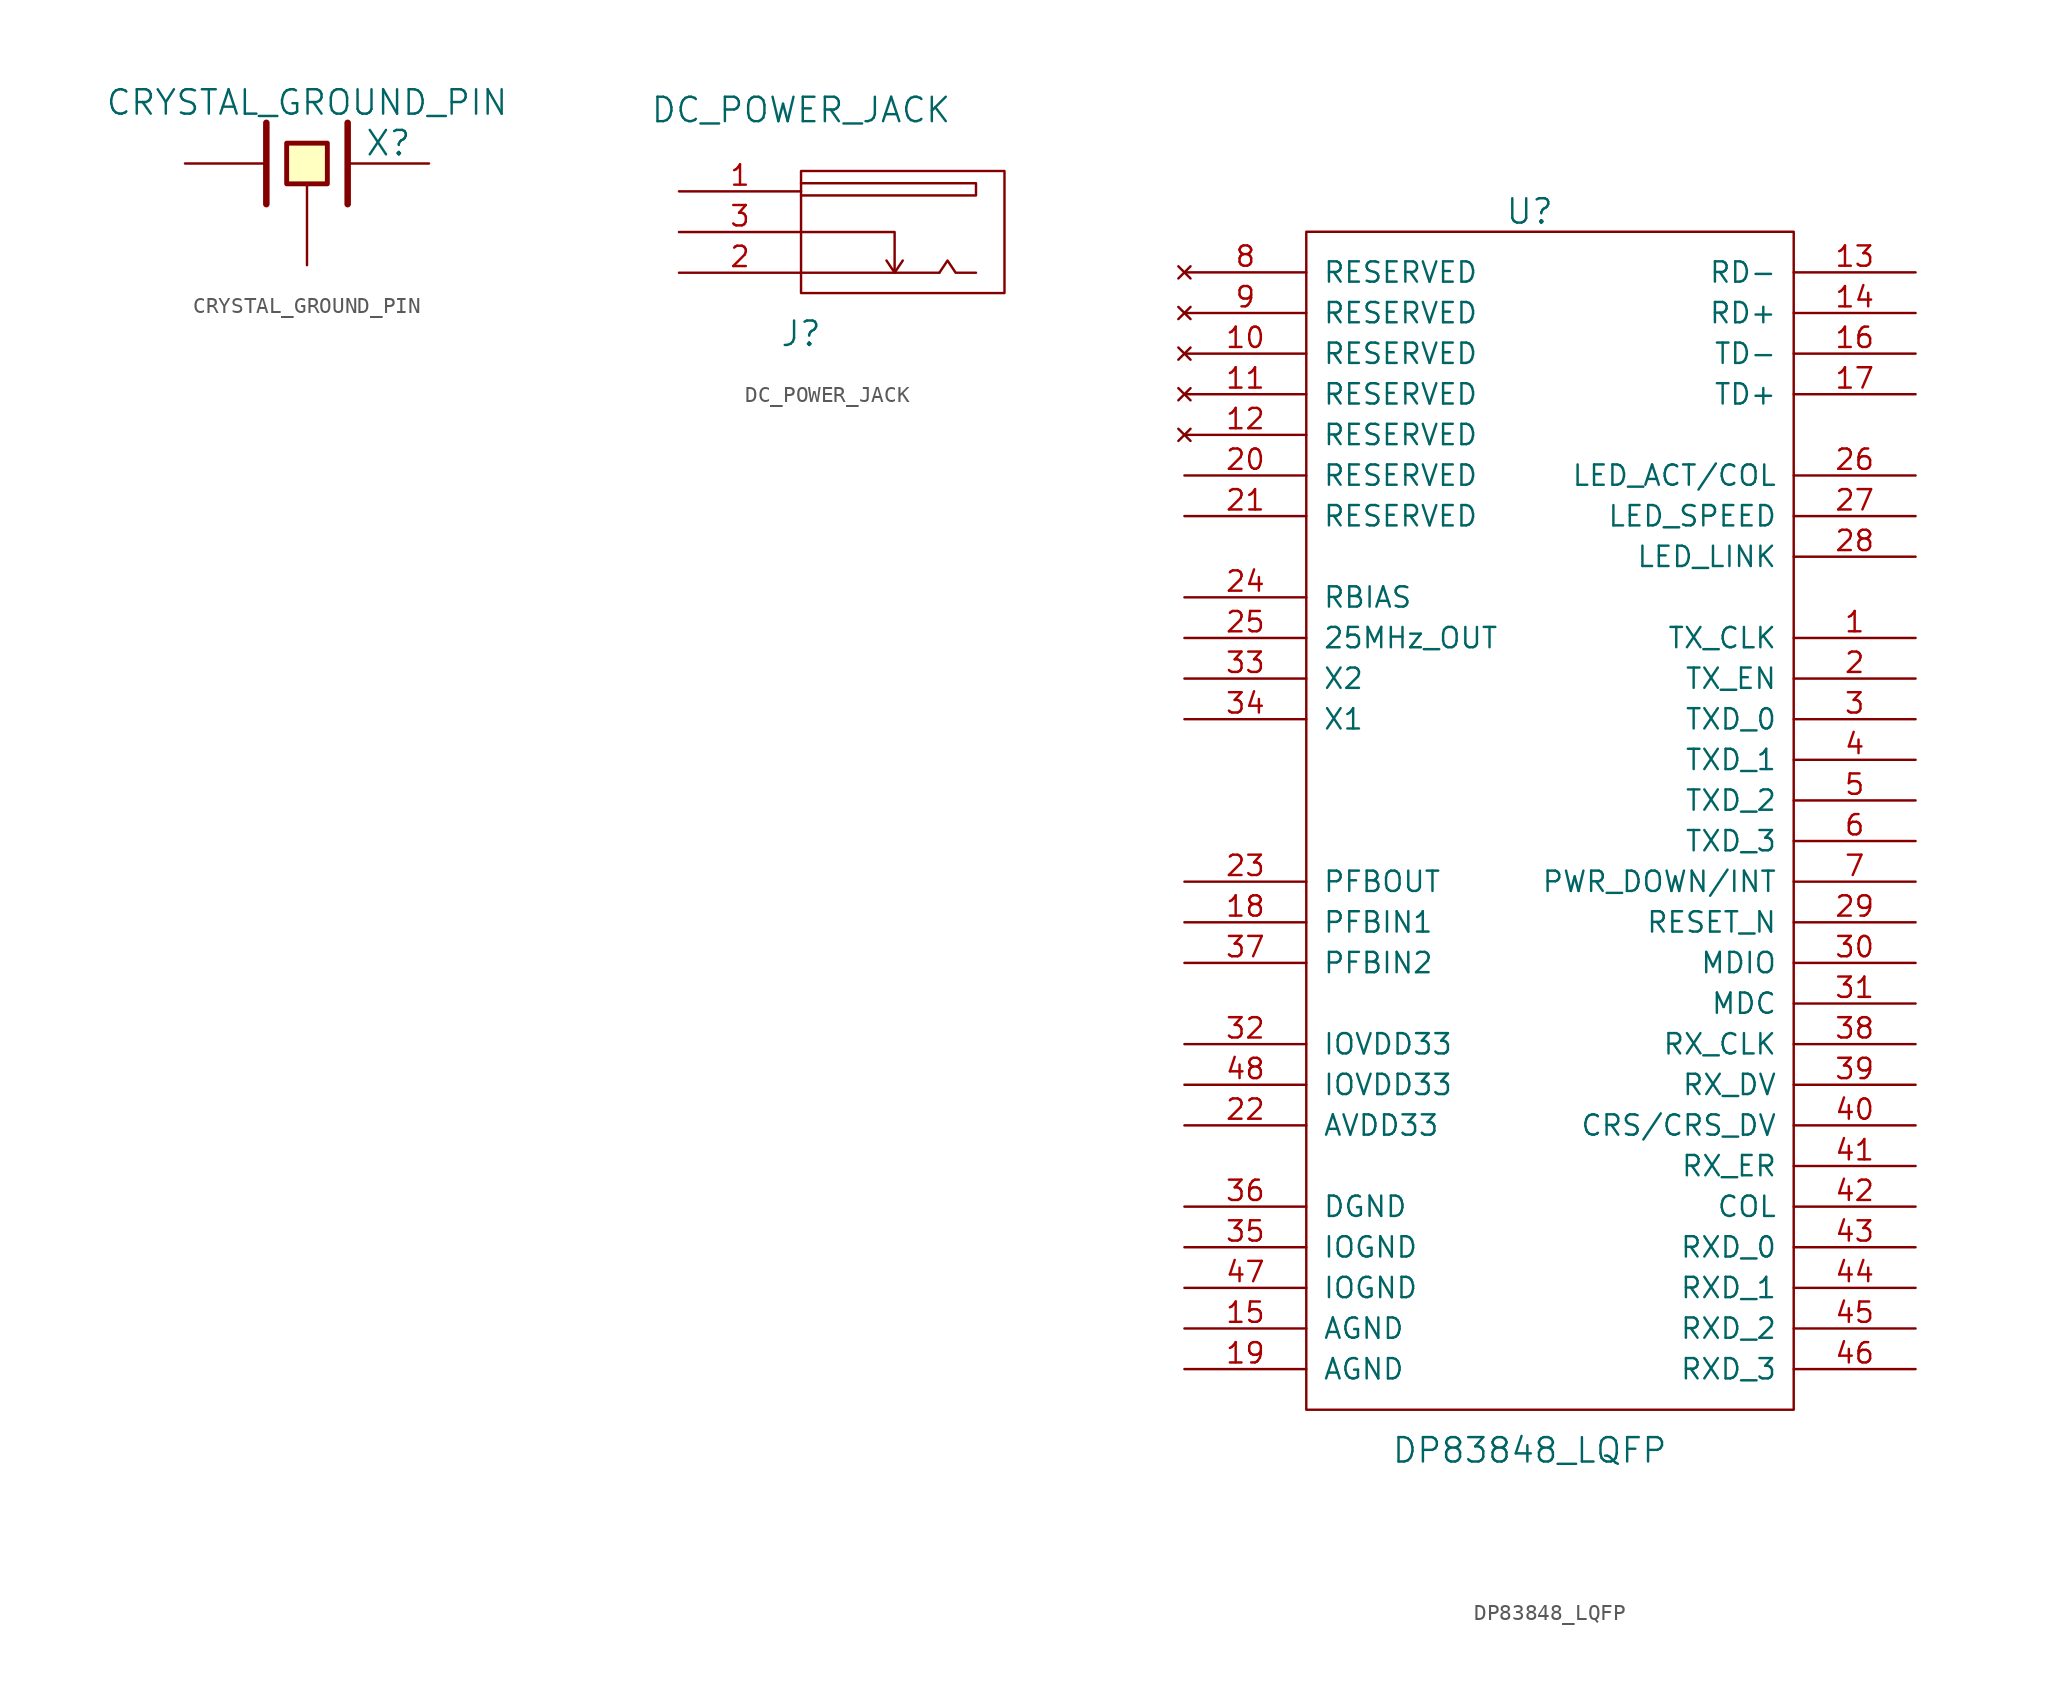
<source format=kicad_sym>
(kicad_symbol_lib
  (version 20220914)
  (generator kicad_symbol_editor)
  (symbol "CRYSTAL_GROUND_PIN"
    (pin_numbers hide)
    (pin_names
      (offset 1.016) hide)
    (property "Reference" "X"
      (at 5.08 1.27 0)
      (effects (font (size 1.524 1.524))))
    (property "Value" "CRYSTAL_GROUND_PIN"
      (at 0 3.81 0)
      (effects (font (size 1.524 1.524))))
    (property "Footprint" ""
      (at 0 0 0)
      (effects (font (size 1.524 1.524))))
    (property "Datasheet" ""
      (at 0 0 0)
      (effects (font (size 1.524 1.524))))
    (symbol "CRYSTAL_GROUND_PIN_0_1"
      (polyline (pts (xy -2.54 2.54) (xy -2.54 -2.54)) (stroke (width 0.406) (type solid)) (fill (type none)))
      (polyline (pts (xy 2.54 2.54) (xy 2.54 -2.54)) (stroke (width 0.406) (type solid)) (fill (type none)))
      (polyline (pts (xy -1.27 1.27) (xy 1.27 1.27) (xy 1.27 -1.27) (xy -1.27 -1.27) (xy -1.27 1.27)) (stroke (width 0.305) (type solid)) (fill (type background))))
    (symbol "CRYSTAL_GROUND_PIN_1_1"
      (pin passive line (at -7.62 0 0) (length 5.08) (name "1" (effects (font (size 1.016 1.016)))) (number "1" (effects (font (size 1.016 1.016)))))
      (pin passive line (at 7.62 0 180) (length 5.08) (name "2" (effects (font (size 1.016 1.016)))) (number "2" (effects (font (size 1.016 1.016)))))
      (pin passive line (at 0 -6.35 90) (length 5.08) (name "GND" (effects (font (size 1.016 1.016)))) (number "3" (effects (font (size 1.016 1.016)))))))
  (symbol "DC_POWER_JACK"
    (pin_names
      (offset 1.016))
    (property "Reference" "J"
      (at 0 -6.35 0)
      (effects (font (size 1.524 1.524))))
    (property "Value" "DC_POWER_JACK"
      (at 0 7.62 0)
      (effects (font (size 1.524 1.524))))
    (property "Footprint" ""
      (at 0 0 0)
      (effects (font (size 1.524 1.524))))
    (property "Datasheet" ""
      (at 0 0 0)
      (effects (font (size 1.524 1.524))))
    (symbol "DC_POWER_JACK_0_1"
      (polyline (pts (xy 0 -2.54) (xy 8.636 -2.54) (xy 8.636 -2.54)) (stroke (width 0) (type solid)) (fill (type none)))
      (polyline (pts (xy 5.842 -2.54) (xy 6.35 -1.778) (xy 6.35 -1.778)) (stroke (width 0) (type solid)) (fill (type none)))
      (polyline (pts (xy 8.636 -2.54) (xy 9.144 -1.778) (xy 9.652 -2.54) (xy 10.922 -2.54) (xy 10.922 -2.54)) (stroke (width 0) (type solid)) (fill (type none)))
      (polyline (pts (xy 0 0) (xy 5.842 0) (xy 5.842 -2.54) (xy 5.334 -1.778) (xy 5.334 -1.778) (xy 5.334 -1.778) (xy 5.334 -1.778)) (stroke (width 0) (type solid)) (fill (type none)))
      (polyline (pts (xy 0 3.048) (xy 10.922 3.048) (xy 10.922 2.286) (xy 0 2.286) (xy 0 2.286) (xy 0 2.286) (xy 0 2.286)) (stroke (width 0) (type solid)) (fill (type none)))
      (rectangle (start 0 3.81) (end 12.7 -3.81) (stroke (width 0) (type solid)) (fill (type none))))
    (symbol "DC_POWER_JACK_1_1"
      (pin output line (at -7.62 2.54 0) (length 7.62) (name "~" (effects (font (size 1.27 1.27)))) (number "1" (effects (font (size 1.27 1.27)))))
      (pin output line (at -7.62 -2.54 0) (length 7.62) (name "~" (effects (font (size 1.27 1.27)))) (number "2" (effects (font (size 1.27 1.27)))))
      (pin bidirectional line (at -7.62 0 0) (length 7.62) (name "~" (effects (font (size 1.27 1.27)))) (number "3" (effects (font (size 1.27 1.27)))))))
  (symbol "DP83848_LQFP"
    (pin_names
      (offset 1.016))
    (property "Reference" "U"
      (at -1.27 38.1 0)
      (effects (font (size 1.524 1.524))))
    (property "Value" "DP83848_LQFP"
      (at -1.27 -39.37 0)
      (effects (font (size 1.524 1.524))))
    (property "Footprint" ""
      (at 0 0 0)
      (effects (font (size 1.524 1.524))))
    (property "Datasheet" ""
      (at 0 0 0)
      (effects (font (size 1.524 1.524))))
    (symbol "DP83848_LQFP_0_1"
      (rectangle (start -15.24 36.83) (end 15.24 -36.83) (stroke (width 0) (type solid)) (fill (type none))))
    (symbol "DP83848_LQFP_1_1"
      (pin output line (at 22.86 11.43 180) (length 7.62) (name "TX_CLK" (effects (font (size 1.27 1.27)))) (number "1" (effects (font (size 1.27 1.27)))))
      (pin no_connect line (at -22.86 29.21 0) (length 7.62) (name "RESERVED" (effects (font (size 1.27 1.27)))) (number "10" (effects (font (size 1.27 1.27)))))
      (pin no_connect line (at -22.86 26.67 0) (length 7.62) (name "RESERVED" (effects (font (size 1.27 1.27)))) (number "11" (effects (font (size 1.27 1.27)))))
      (pin no_connect line (at -22.86 24.13 0) (length 7.62) (name "RESERVED" (effects (font (size 1.27 1.27)))) (number "12" (effects (font (size 1.27 1.27)))))
      (pin bidirectional line (at 22.86 34.29 180) (length 7.62) (name "RD-" (effects (font (size 1.27 1.27)))) (number "13" (effects (font (size 1.27 1.27)))))
      (pin bidirectional line (at 22.86 31.75 180) (length 7.62) (name "RD+" (effects (font (size 1.27 1.27)))) (number "14" (effects (font (size 1.27 1.27)))))
      (pin power_in line (at -22.86 -31.75 0) (length 7.62) (name "AGND" (effects (font (size 1.27 1.27)))) (number "15" (effects (font (size 1.27 1.27)))))
      (pin bidirectional line (at 22.86 29.21 180) (length 7.62) (name "TD-" (effects (font (size 1.27 1.27)))) (number "16" (effects (font (size 1.27 1.27)))))
      (pin bidirectional line (at 22.86 26.67 180) (length 7.62) (name "TD+" (effects (font (size 1.27 1.27)))) (number "17" (effects (font (size 1.27 1.27)))))
      (pin input line (at -22.86 -6.35 0) (length 7.62) (name "PFBIN1" (effects (font (size 1.27 1.27)))) (number "18" (effects (font (size 1.27 1.27)))))
      (pin power_in line (at -22.86 -34.29 0) (length 7.62) (name "AGND" (effects (font (size 1.27 1.27)))) (number "19" (effects (font (size 1.27 1.27)))))
      (pin input line (at 22.86 8.89 180) (length 7.62) (name "TX_EN" (effects (font (size 1.27 1.27)))) (number "2" (effects (font (size 1.27 1.27)))))
      (pin input line (at -22.86 21.59 0) (length 7.62) (name "RESERVED" (effects (font (size 1.27 1.27)))) (number "20" (effects (font (size 1.27 1.27)))))
      (pin input line (at -22.86 19.05 0) (length 7.62) (name "RESERVED" (effects (font (size 1.27 1.27)))) (number "21" (effects (font (size 1.27 1.27)))))
      (pin power_in line (at -22.86 -19.05 0) (length 7.62) (name "AVDD33" (effects (font (size 1.27 1.27)))) (number "22" (effects (font (size 1.27 1.27)))))
      (pin output line (at -22.86 -3.81 0) (length 7.62) (name "PFBOUT" (effects (font (size 1.27 1.27)))) (number "23" (effects (font (size 1.27 1.27)))))
      (pin input line (at -22.86 13.97 0) (length 7.62) (name "RBIAS" (effects (font (size 1.27 1.27)))) (number "24" (effects (font (size 1.27 1.27)))))
      (pin output line (at -22.86 11.43 0) (length 7.62) (name "25MHz_OUT" (effects (font (size 1.27 1.27)))) (number "25" (effects (font (size 1.27 1.27)))))
      (pin output line (at 22.86 21.59 180) (length 7.62) (name "LED_ACT/COL" (effects (font (size 1.27 1.27)))) (number "26" (effects (font (size 1.27 1.27)))))
      (pin output line (at 22.86 19.05 180) (length 7.62) (name "LED_SPEED" (effects (font (size 1.27 1.27)))) (number "27" (effects (font (size 1.27 1.27)))))
      (pin output line (at 22.86 16.51 180) (length 7.62) (name "LED_LINK" (effects (font (size 1.27 1.27)))) (number "28" (effects (font (size 1.27 1.27)))))
      (pin input line (at 22.86 -6.35 180) (length 7.62) (name "RESET_N" (effects (font (size 1.27 1.27)))) (number "29" (effects (font (size 1.27 1.27)))))
      (pin input line (at 22.86 6.35 180) (length 7.62) (name "TXD_0" (effects (font (size 1.27 1.27)))) (number "3" (effects (font (size 1.27 1.27)))))
      (pin bidirectional line (at 22.86 -8.89 180) (length 7.62) (name "MDIO" (effects (font (size 1.27 1.27)))) (number "30" (effects (font (size 1.27 1.27)))))
      (pin input line (at 22.86 -11.43 180) (length 7.62) (name "MDC" (effects (font (size 1.27 1.27)))) (number "31" (effects (font (size 1.27 1.27)))))
      (pin power_in line (at -22.86 -13.97 0) (length 7.62) (name "IOVDD33" (effects (font (size 1.27 1.27)))) (number "32" (effects (font (size 1.27 1.27)))))
      (pin output line (at -22.86 8.89 0) (length 7.62) (name "X2" (effects (font (size 1.27 1.27)))) (number "33" (effects (font (size 1.27 1.27)))))
      (pin input line (at -22.86 6.35 0) (length 7.62) (name "X1" (effects (font (size 1.27 1.27)))) (number "34" (effects (font (size 1.27 1.27)))))
      (pin power_in line (at -22.86 -26.67 0) (length 7.62) (name "IOGND" (effects (font (size 1.27 1.27)))) (number "35" (effects (font (size 1.27 1.27)))))
      (pin power_in line (at -22.86 -24.13 0) (length 7.62) (name "DGND" (effects (font (size 1.27 1.27)))) (number "36" (effects (font (size 1.27 1.27)))))
      (pin input line (at -22.86 -8.89 0) (length 7.62) (name "PFBIN2" (effects (font (size 1.27 1.27)))) (number "37" (effects (font (size 1.27 1.27)))))
      (pin output line (at 22.86 -13.97 180) (length 7.62) (name "RX_CLK" (effects (font (size 1.27 1.27)))) (number "38" (effects (font (size 1.27 1.27)))))
      (pin output line (at 22.86 -16.51 180) (length 7.62) (name "RX_DV" (effects (font (size 1.27 1.27)))) (number "39" (effects (font (size 1.27 1.27)))))
      (pin input line (at 22.86 3.81 180) (length 7.62) (name "TXD_1" (effects (font (size 1.27 1.27)))) (number "4" (effects (font (size 1.27 1.27)))))
      (pin output line (at 22.86 -19.05 180) (length 7.62) (name "CRS/CRS_DV" (effects (font (size 1.27 1.27)))) (number "40" (effects (font (size 1.27 1.27)))))
      (pin output line (at 22.86 -21.59 180) (length 7.62) (name "RX_ER" (effects (font (size 1.27 1.27)))) (number "41" (effects (font (size 1.27 1.27)))))
      (pin output line (at 22.86 -24.13 180) (length 7.62) (name "COL" (effects (font (size 1.27 1.27)))) (number "42" (effects (font (size 1.27 1.27)))))
      (pin output line (at 22.86 -26.67 180) (length 7.62) (name "RXD_0" (effects (font (size 1.27 1.27)))) (number "43" (effects (font (size 1.27 1.27)))))
      (pin output line (at 22.86 -29.21 180) (length 7.62) (name "RXD_1" (effects (font (size 1.27 1.27)))) (number "44" (effects (font (size 1.27 1.27)))))
      (pin output line (at 22.86 -31.75 180) (length 7.62) (name "RXD_2" (effects (font (size 1.27 1.27)))) (number "45" (effects (font (size 1.27 1.27)))))
      (pin output line (at 22.86 -34.29 180) (length 7.62) (name "RXD_3" (effects (font (size 1.27 1.27)))) (number "46" (effects (font (size 1.27 1.27)))))
      (pin power_in line (at -22.86 -29.21 0) (length 7.62) (name "IOGND" (effects (font (size 1.27 1.27)))) (number "47" (effects (font (size 1.27 1.27)))))
      (pin power_in line (at -22.86 -16.51 0) (length 7.62) (name "IOVDD33" (effects (font (size 1.27 1.27)))) (number "48" (effects (font (size 1.27 1.27)))))
      (pin input line (at 22.86 1.27 180) (length 7.62) (name "TXD_2" (effects (font (size 1.27 1.27)))) (number "5" (effects (font (size 1.27 1.27)))))
      (pin input line (at 22.86 -1.27 180) (length 7.62) (name "TXD_3" (effects (font (size 1.27 1.27)))) (number "6" (effects (font (size 1.27 1.27)))))
      (pin input line (at 22.86 -3.81 180) (length 7.62) (name "PWR_DOWN/INT" (effects (font (size 1.27 1.27)))) (number "7" (effects (font (size 1.27 1.27)))))
      (pin no_connect line (at -22.86 34.29 0) (length 7.62) (name "RESERVED" (effects (font (size 1.27 1.27)))) (number "8" (effects (font (size 1.27 1.27)))))
      (pin no_connect line (at -22.86 31.75 0) (length 7.62) (name "RESERVED" (effects (font (size 1.27 1.27)))) (number "9" (effects (font (size 1.27 1.27))))))))
</source>
